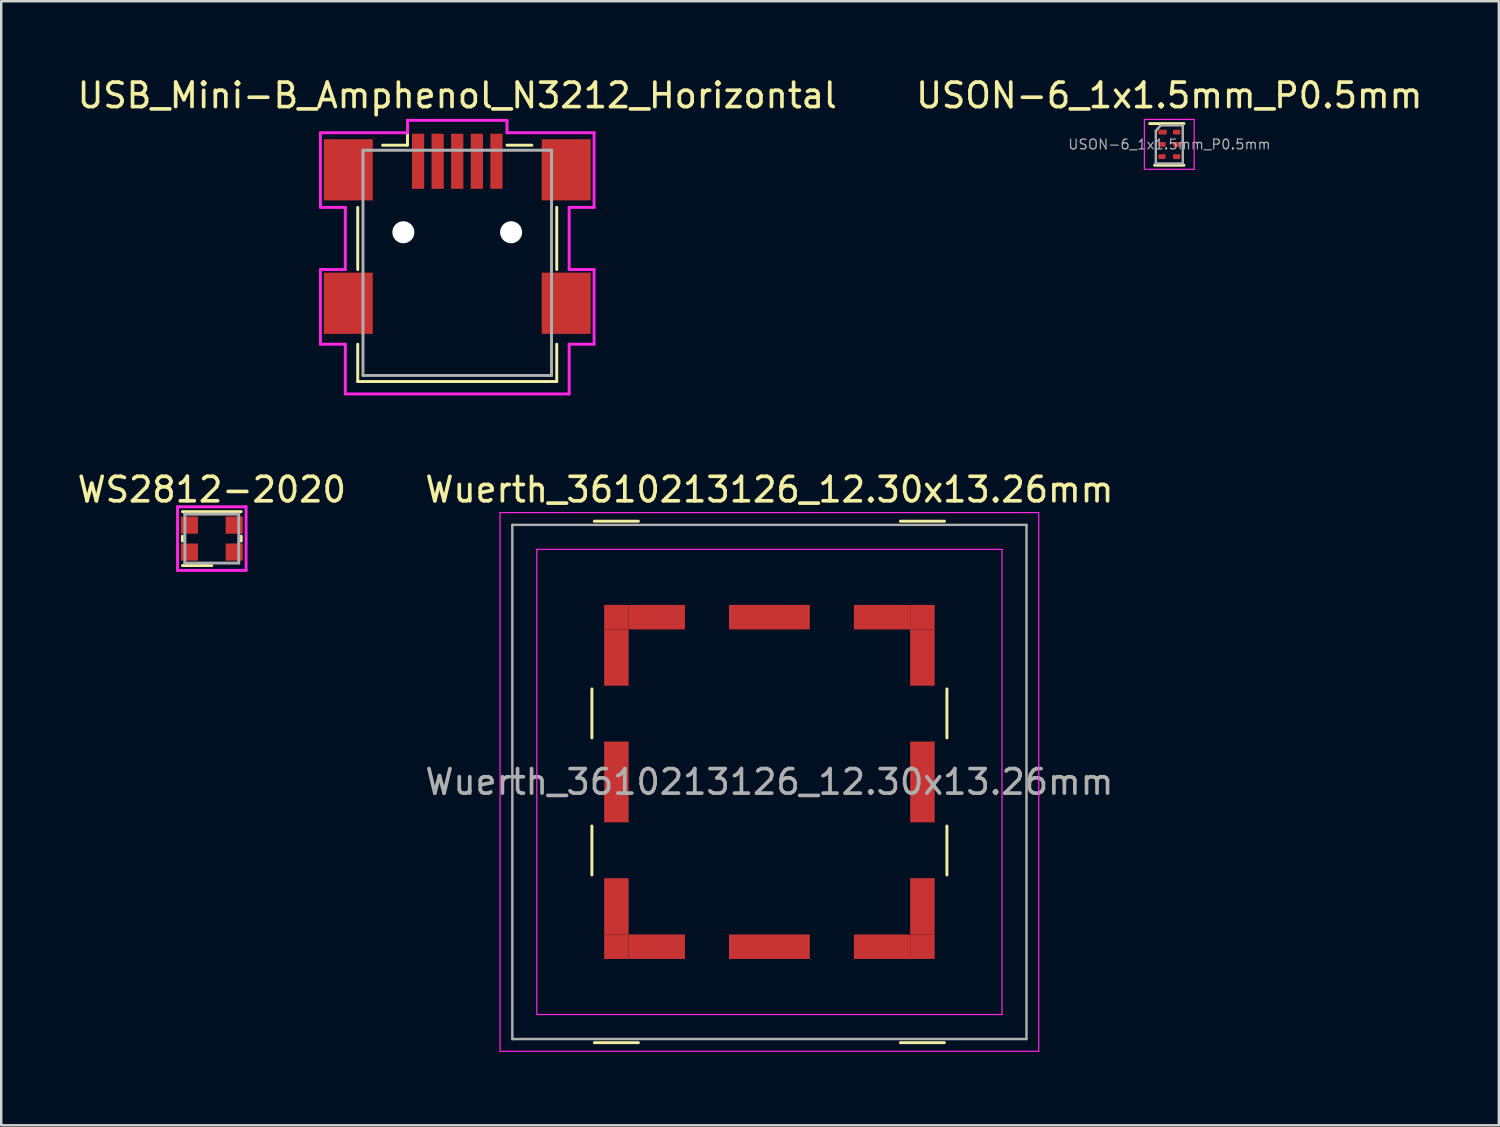
<source format=kicad_pcb>
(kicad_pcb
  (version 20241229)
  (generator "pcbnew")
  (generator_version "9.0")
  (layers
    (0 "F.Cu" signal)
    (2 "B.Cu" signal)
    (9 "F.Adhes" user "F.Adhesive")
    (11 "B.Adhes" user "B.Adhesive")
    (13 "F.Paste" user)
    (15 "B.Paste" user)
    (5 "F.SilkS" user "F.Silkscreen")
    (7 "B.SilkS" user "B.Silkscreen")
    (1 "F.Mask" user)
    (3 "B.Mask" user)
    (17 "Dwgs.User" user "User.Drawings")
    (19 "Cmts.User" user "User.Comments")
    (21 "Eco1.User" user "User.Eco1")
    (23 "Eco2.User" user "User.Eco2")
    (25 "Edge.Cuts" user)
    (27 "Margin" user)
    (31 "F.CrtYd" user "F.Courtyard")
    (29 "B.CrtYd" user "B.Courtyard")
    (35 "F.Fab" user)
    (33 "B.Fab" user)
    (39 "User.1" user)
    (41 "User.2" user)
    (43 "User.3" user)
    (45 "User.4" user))
  (footprint "WS2812-2020"
    (layer "F.Cu")
    (at 5.601 18.948)
    (property "Reference" "WS2812-2020" (at 0 -2 0) (layer "F.SilkS") (effects (font (size 1 1) (thickness 0.15))))
    (attr through_hole)
    (fp_line (start -1.2 -1.1) (end 1.2 -1.1) (stroke (width 0.12) (type solid)) (layer "F.SilkS"))
    (fp_line (start -1.2 0.1) (end -1.2 -0.1) (stroke (width 0.12) (type solid)) (layer "F.SilkS"))
    (fp_line (start -1.2 1.1) (end 0 1.1) (stroke (width 0.12) (type solid)) (layer "F.SilkS"))
    (fp_line (start 1.2 0.1) (end 1.2 -0.1) (stroke (width 0.12) (type solid)) (layer "F.SilkS"))
    (fp_line (start -1.4 -1.3) (end 1.4 -1.3) (stroke (width 0.12) (type solid)) (layer "F.CrtYd"))
    (fp_line (start -1.4 1.3) (end -1.4 -1.3) (stroke (width 0.12) (type solid)) (layer "F.CrtYd"))
    (fp_line (start 1.4 -1.3) (end 1.4 1.3) (stroke (width 0.12) (type solid)) (layer "F.CrtYd"))
    (fp_line (start 1.4 1.3) (end -1.4 1.3) (stroke (width 0.12) (type solid)) (layer "F.CrtYd"))
    (fp_line (start -1.1 -1) (end 1.1 -1) (stroke (width 0.12) (type solid)) (layer "F.Fab"))
    (fp_line (start -1.1 1) (end -1.1 -1) (stroke (width 0.12) (type solid)) (layer "F.Fab"))
    (fp_line (start 1.1 -1) (end 1.1 1) (stroke (width 0.12) (type solid)) (layer "F.Fab"))
    (fp_line (start 1.1 1) (end -1.1 1) (stroke (width 0.12) (type solid)) (layer "F.Fab"))
    (pad "1" smd rect (at 0.915 0.55) (size 0.7 0.7) (layers "F.Cu" "F.Mask" "F.Paste"))
    (pad "2" smd rect (at 0.915 -0.55) (size 0.7 0.7) (layers "F.Cu" "F.Mask" "F.Paste"))
    (pad "3" smd rect (at -0.915 -0.55) (size 0.7 0.7) (layers "F.Cu" "F.Mask" "F.Paste"))
    (pad "4" smd rect (at -0.915 0.55) (size 0.7 0.7) (layers "F.Cu" "F.Mask" "F.Paste")))
  (footprint "USB_Mini-B_Amphenol_N3212_Horizontal"
    (layer "F.Cu")
    (at 15.625 6.436)
    (property "Reference" "USB_Mini-B_Amphenol_N3212_Horizontal" (at 0 -5.588 0) (layer "F.SilkS") (effects (font (size 1 1) (thickness 0.15))))
    (attr through_hole)
    (fp_line (start -4.064 -1.016) (end -4.064 1.524) (stroke (width 0.12) (type solid)) (layer "F.SilkS"))
    (fp_line (start -4.064 6.096) (end -4.064 4.572) (stroke (width 0.12) (type solid)) (layer "F.SilkS"))
    (fp_line (start -3.048 -3.556) (end -2.032 -3.556) (stroke (width 0.12) (type solid)) (layer "F.SilkS"))
    (fp_line (start -2.032 -3.556) (end -2.032 -4.064) (stroke (width 0.12) (type solid)) (layer "F.SilkS"))
    (fp_line (start 2.032 -3.556) (end 3.048 -3.556) (stroke (width 0.12) (type solid)) (layer "F.SilkS"))
    (fp_line (start 4.064 -1.016) (end 4.064 1.524) (stroke (width 0.12) (type solid)) (layer "F.SilkS"))
    (fp_line (start 4.064 4.572) (end 4.064 6.096) (stroke (width 0.12) (type solid)) (layer "F.SilkS"))
    (fp_line (start 4.064 6.096) (end -4.064 6.096) (stroke (width 0.12) (type solid)) (layer "F.SilkS"))
    (fp_line (start -5.588 -4.064) (end -5.588 -1.016) (stroke (width 0.12) (type solid)) (layer "F.CrtYd"))
    (fp_line (start -5.588 -1.016) (end -4.572 -1.016) (stroke (width 0.12) (type solid)) (layer "F.CrtYd"))
    (fp_line (start -5.588 1.524) (end -5.588 4.572) (stroke (width 0.12) (type solid)) (layer "F.CrtYd"))
    (fp_line (start -5.588 4.572) (end -4.572 4.572) (stroke (width 0.12) (type solid)) (layer "F.CrtYd"))
    (fp_line (start -4.572 -1.016) (end -4.572 1.524) (stroke (width 0.12) (type solid)) (layer "F.CrtYd"))
    (fp_line (start -4.572 1.524) (end -5.588 1.524) (stroke (width 0.12) (type solid)) (layer "F.CrtYd"))
    (fp_line (start -4.572 4.572) (end -4.572 6.604) (stroke (width 0.12) (type solid)) (layer "F.CrtYd"))
    (fp_line (start -4.572 6.604) (end 4.572 6.604) (stroke (width 0.12) (type solid)) (layer "F.CrtYd"))
    (fp_line (start -2.032 -4.572) (end -2.032 -4.064) (stroke (width 0.12) (type solid)) (layer "F.CrtYd"))
    (fp_line (start -2.032 -4.064) (end -5.588 -4.064) (stroke (width 0.12) (type solid)) (layer "F.CrtYd"))
    (fp_line (start 2.032 -4.572) (end -2.032 -4.572) (stroke (width 0.12) (type solid)) (layer "F.CrtYd"))
    (fp_line (start 2.032 -4.064) (end 2.032 -4.572) (stroke (width 0.12) (type solid)) (layer "F.CrtYd"))
    (fp_line (start 4.572 -1.016) (end 5.588 -1.016) (stroke (width 0.12) (type solid)) (layer "F.CrtYd"))
    (fp_line (start 4.572 1.524) (end 4.572 -1.016) (stroke (width 0.12) (type solid)) (layer "F.CrtYd"))
    (fp_line (start 4.572 4.572) (end 5.588 4.572) (stroke (width 0.12) (type solid)) (layer "F.CrtYd"))
    (fp_line (start 4.572 6.604) (end 4.572 4.572) (stroke (width 0.12) (type solid)) (layer "F.CrtYd"))
    (fp_line (start 5.588 -4.064) (end 2.032 -4.064) (stroke (width 0.12) (type solid)) (layer "F.CrtYd"))
    (fp_line (start 5.588 -1.016) (end 5.588 -4.064) (stroke (width 0.12) (type solid)) (layer "F.CrtYd"))
    (fp_line (start 5.588 1.524) (end 4.572 1.524) (stroke (width 0.12) (type solid)) (layer "F.CrtYd"))
    (fp_line (start 5.588 4.572) (end 5.588 1.524) (stroke (width 0.12) (type solid)) (layer "F.CrtYd"))
    (fp_line (start -3.85 -3.35) (end -3.85 5.85) (stroke (width 0.12) (type solid)) (layer "F.Fab"))
    (fp_line (start -3.85 5.85) (end 3.85 5.85) (stroke (width 0.12) (type solid)) (layer "F.Fab"))
    (fp_line (start 3.85 -3.35) (end -3.85 -3.35) (stroke (width 0.12) (type solid)) (layer "F.Fab"))
    (fp_line (start 3.85 5.85) (end 3.85 -3.35) (stroke (width 0.12) (type solid)) (layer "F.Fab"))
    (pad "" np_thru_hole circle (at -2.2 0) (size 0.9 0.9) (drill 0.9) (layers "*.Cu" "*.Mask"))
    (pad "" np_thru_hole circle (at 2.2 0) (size 0.9 0.9) (drill 0.9) (layers "*.Cu" "*.Mask"))
    (pad "1" smd rect (at -1.6 -2.9) (size 0.5 2.25) (layers "F.Cu" "F.Mask" "F.Paste"))
    (pad "2" smd rect (at -0.8 -2.9) (size 0.5 2.25) (layers "F.Cu" "F.Mask" "F.Paste"))
    (pad "3" smd rect (at 0 -2.9) (size 0.5 2.25) (layers "F.Cu" "F.Mask" "F.Paste"))
    (pad "4" smd rect (at 0.8 -2.9) (size 0.5 2.25) (layers "F.Cu" "F.Mask" "F.Paste"))
    (pad "5" smd rect (at 1.6 -2.9) (size 0.5 2.25) (layers "F.Cu" "F.Mask" "F.Paste"))
    (pad "6" smd rect (at -4.45 -2.55) (size 2 2.5) (layers "F.Cu" "F.Mask" "F.Paste"))
    (pad "6" smd rect (at -4.45 2.9) (size 2 2.5) (layers "F.Cu" "F.Mask" "F.Paste"))
    (pad "6" smd rect (at 4.45 -2.55) (size 2 2.5) (layers "F.Cu" "F.Mask" "F.Paste"))
    (pad "6" smd rect (at 4.45 2.9) (size 2 2.5) (layers "F.Cu" "F.Mask" "F.Paste")))
  (footprint "Wuerth_3610213126_12.30x13.26mm"
    (layer "F.Cu")
    (at 28.375 28.887)
    (property "Reference" "Wuerth_3610213126_12.30x13.26mm" (at 0 -11.938 0) (layer "F.SilkS") (effects (font (size 1 1) (thickness 0.15))))
    (attr smd)
    (fp_line (start -7.25 -3.8) (end -7.25 -1.8) (stroke (width 0.12) (type solid)) (layer "F.SilkS"))
    (fp_line (start -7.25 1.8) (end -7.25 3.8) (stroke (width 0.12) (type solid)) (layer "F.SilkS"))
    (fp_line (start -7.15 -10.65) (end -5.35 -10.65) (stroke (width 0.12) (type solid)) (layer "F.SilkS"))
    (fp_line (start -7.15 10.65) (end -5.35 10.65) (stroke (width 0.12) (type solid)) (layer "F.SilkS"))
    (fp_line (start 5.35 -10.65) (end 7.15 -10.65) (stroke (width 0.12) (type solid)) (layer "F.SilkS"))
    (fp_line (start 5.35 10.65) (end 7.15 10.65) (stroke (width 0.12) (type solid)) (layer "F.SilkS"))
    (fp_line (start 7.25 -3.8) (end 7.25 -1.8) (stroke (width 0.12) (type solid)) (layer "F.SilkS"))
    (fp_line (start 7.25 1.8) (end 7.25 3.8) (stroke (width 0.12) (type solid)) (layer "F.SilkS"))
    (fp_line (start -11 -11) (end -11 11) (stroke (width 0.05) (type solid)) (layer "F.CrtYd"))
    (fp_line (start -11 11) (end 11 11) (stroke (width 0.05) (type solid)) (layer "F.CrtYd"))
    (fp_line (start -9.5 -9.5) (end -9.5 9.5) (stroke (width 0.05) (type solid)) (layer "F.CrtYd"))
    (fp_line (start -9.5 9.5) (end 9.5 9.5) (stroke (width 0.05) (type solid)) (layer "F.CrtYd"))
    (fp_line (start 9.5 -9.5) (end -9.5 -9.5) (stroke (width 0.05) (type solid)) (layer "F.CrtYd"))
    (fp_line (start 9.5 9.5) (end 9.5 -9.5) (stroke (width 0.05) (type solid)) (layer "F.CrtYd"))
    (fp_line (start 11 -11) (end -11 -11) (stroke (width 0.05) (type solid)) (layer "F.CrtYd"))
    (fp_line (start 11 11) (end 11 -11) (stroke (width 0.05) (type solid)) (layer "F.CrtYd"))
    (fp_line (start -10.5 -10.5) (end -10.5 10.5) (stroke (width 0.1) (type solid)) (layer "F.Fab"))
    (fp_line (start -10.5 10.5) (end 10.5 10.5) (stroke (width 0.1) (type solid)) (layer "F.Fab"))
    (fp_line (start 10.5 -10.5) (end -10.5 -10.5) (stroke (width 0.1) (type solid)) (layer "F.Fab"))
    (fp_line (start 10.5 10.5) (end 10.5 -10.5) (stroke (width 0.1) (type solid)) (layer "F.Fab"))
    (fp_text user "${REFERENCE}" (at 0 0 0) (layer "F.Fab") (effects (font (size 1 1) (thickness 0.15))))
    (pad "1" smd rect (at -6.25 -6.73) (size 1 1) (layers "F.Cu" "F.Mask" "F.Paste"))
    (pad "1" smd rect (at -6.25 -5.08) (size 1 2.3) (layers "F.Cu" "F.Mask" "F.Paste"))
    (pad "1" smd rect (at -6.25 0) (size 1 3.3) (layers "F.Cu" "F.Mask" "F.Paste"))
    (pad "1" smd rect (at -6.25 5.08) (size 1 2.3) (layers "F.Cu" "F.Mask" "F.Paste"))
    (pad "1" smd rect (at -6.25 6.73) (size 1 1) (layers "F.Cu" "F.Mask" "F.Paste"))
    (pad "1" smd rect (at -4.6 -6.73) (size 2.3 1) (layers "F.Cu" "F.Mask" "F.Paste"))
    (pad "1" smd rect (at -4.6 6.73) (size 2.3 1) (layers "F.Cu" "F.Mask" "F.Paste"))
    (pad "1" smd rect (at 0 -6.73) (size 3.3 1) (layers "F.Cu" "F.Mask" "F.Paste"))
    (pad "1" smd rect (at 0 6.73) (size 3.3 1) (layers "F.Cu" "F.Mask" "F.Paste"))
    (pad "1" smd rect (at 4.6 -6.73) (size 2.3 1) (layers "F.Cu" "F.Mask" "F.Paste"))
    (pad "1" smd rect (at 4.6 6.73) (size 2.3 1) (layers "F.Cu" "F.Mask" "F.Paste"))
    (pad "1" smd rect (at 6.25 -6.73) (size 1 1) (layers "F.Cu" "F.Mask" "F.Paste"))
    (pad "1" smd rect (at 6.25 -5.08) (size 1 2.3) (layers "F.Cu" "F.Mask" "F.Paste"))
    (pad "1" smd rect (at 6.25 0) (size 1 3.3) (layers "F.Cu" "F.Mask" "F.Paste"))
    (pad "1" smd rect (at 6.25 5.08) (size 1 2.3) (layers "F.Cu" "F.Mask" "F.Paste"))
    (pad "1" smd rect (at 6.25 6.73) (size 1 1) (layers "F.Cu" "F.Mask" "F.Paste")))
  (footprint "USON-6_1x1.5mm_P0.5mm"
    (layer "F.Cu")
    (at 44.708 2.848)
    (property "Reference" "USON-6_1x1.5mm_P0.5mm" (at 0 -2 0) (layer "F.SilkS") (effects (font (size 1 1) (thickness 0.15))))
    (attr smd)
    (fp_line (start -0.8 -0.85) (end 0.6 -0.85) (stroke (width 0.12) (type solid)) (layer "F.SilkS"))
    (fp_line (start -0.6 0.85) (end 0.6 0.85) (stroke (width 0.12) (type solid)) (layer "F.SilkS"))
    (fp_line (start -1.016 1.016) (end -1.016 -1.02) (stroke (width 0.05) (type solid)) (layer "F.CrtYd"))
    (fp_line (start -1.016 1.016) (end 1.016 1.016) (stroke (width 0.05) (type solid)) (layer "F.CrtYd"))
    (fp_line (start 1.016 -1.02) (end -1.016 -1.02) (stroke (width 0.05) (type solid)) (layer "F.CrtYd"))
    (fp_line (start 1.016 -1.016) (end 1.016 1.016) (stroke (width 0.05) (type solid)) (layer "F.CrtYd"))
    (fp_line (start -0.55 -0.55) (end -0.55 0.78) (stroke (width 0.1) (type solid)) (layer "F.Fab"))
    (fp_line (start -0.55 0.78) (end 0.55 0.78) (stroke (width 0.1) (type solid)) (layer "F.Fab"))
    (fp_line (start -0.35 -0.78) (end -0.55 -0.55) (stroke (width 0.1) (type solid)) (layer "F.Fab"))
    (fp_line (start 0.55 -0.78) (end -0.35 -0.78) (stroke (width 0.1) (type solid)) (layer "F.Fab"))
    (fp_line (start 0.55 -0.78) (end 0.55 0.78) (stroke (width 0.1) (type solid)) (layer "F.Fab"))
    (fp_text user "${REFERENCE}" (at 0.005 0 0) (layer "F.Fab") (effects (font (size 0.4 0.4) (thickness 0.05))))
    (pad "1" smd roundrect (at -0.275 -0.5 270) (size 0.2 0.35) (layers "F.Cu" "F.Mask" "F.Paste") (roundrect_rratio 0.25))
    (pad "2" smd roundrect (at -0.3 0 270) (size 0.2 0.3) (layers "F.Cu" "F.Mask" "F.Paste") (roundrect_rratio 0.25))
    (pad "3" smd roundrect (at -0.3 0.5 270) (size 0.2 0.3) (layers "F.Cu" "F.Mask" "F.Paste") (roundrect_rratio 0.25))
    (pad "4" smd roundrect (at 0.3 0.5 270) (size 0.2 0.3) (layers "F.Cu" "F.Mask" "F.Paste") (roundrect_rratio 0.25))
    (pad "5" smd roundrect (at 0.3 0 270) (size 0.2 0.3) (layers "F.Cu" "F.Mask" "F.Paste") (roundrect_rratio 0.25))
    (pad "6" smd roundrect (at 0.3 -0.5 270) (size 0.2 0.3) (layers "F.Cu" "F.Mask" "F.Paste") (roundrect_rratio 0.25)))
  (gr_rect
    (start -3 -3)
    (end 58.167 42.911)
    (stroke (width 0.1) (type default))
    (fill no)
    (layer "Edge.Cuts")))
</source>
